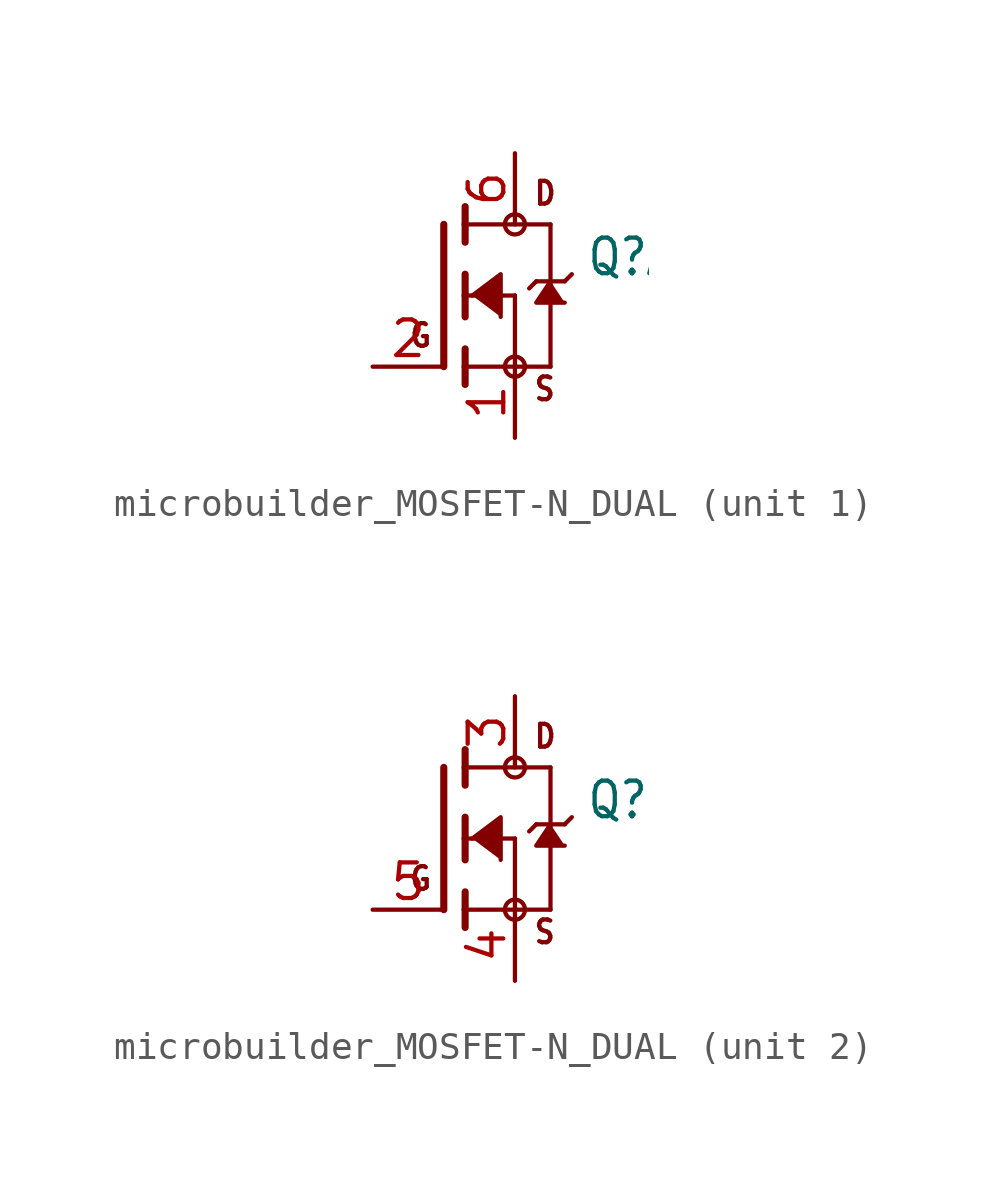
<source format=kicad_sym>
(kicad_symbol_lib
  (version 20231120)
  (generator "kicad_symbol_editor")
  (generator_version "8.0")
  (symbol "microbuilder_MOSFET-N_DUAL"
    (property "Reference" "Q"
      (at 5.08 0.635 0)
      (effects (font (size 1.27 1.079)) (justify left bottom)))
    (property "Value" ""
      (at 5.08 -1.27 0)
      (effects (font (size 1.27 1.079)) (justify left bottom)))
    (property "ki_locked" ""
      (at 0 0 0)
      (effects (font (size 1.27 1.27))))
    (symbol "microbuilder_MOSFET-N_DUAL_1_0"
      (polyline (pts (xy 0 2.54) (xy 0 -2.54)) (stroke (width 0.254) (type solid)) (fill (type none)))
      (polyline (pts (xy 0.762 -2.54) (xy 0.762 -3.175)) (stroke (width 0.254) (type solid)) (fill (type none)))
      (polyline (pts (xy 0.762 -1.905) (xy 0.762 -2.54)) (stroke (width 0.254) (type solid)) (fill (type none)))
      (polyline (pts (xy 0.762 0) (xy 0.762 -0.762)) (stroke (width 0.254) (type solid)) (fill (type none)))
      (polyline (pts (xy 0.762 0) (xy 2.54 0)) (stroke (width 0.152) (type solid)) (fill (type none)))
      (polyline (pts (xy 0.762 0.762) (xy 0.762 0)) (stroke (width 0.254) (type solid)) (fill (type none)))
      (polyline (pts (xy 0.762 2.54) (xy 0.762 1.905)) (stroke (width 0.254) (type solid)) (fill (type none)))
      (polyline (pts (xy 0.762 2.54) (xy 3.81 2.54)) (stroke (width 0.152) (type solid)) (fill (type none)))
      (polyline (pts (xy 0.762 3.175) (xy 0.762 2.54)) (stroke (width 0.254) (type solid)) (fill (type none)))
      (polyline (pts (xy 2.54 -2.54) (xy 0.762 -2.54)) (stroke (width 0.152) (type solid)) (fill (type none)))
      (polyline (pts (xy 2.54 -2.54) (xy 3.81 -2.54)) (stroke (width 0.152) (type solid)) (fill (type none)))
      (polyline (pts (xy 2.54 0) (xy 2.54 -2.54)) (stroke (width 0.152) (type solid)) (fill (type none)))
      (polyline (pts (xy 3.302 0.508) (xy 3.048 0.254)) (stroke (width 0.152) (type solid)) (fill (type none)))
      (polyline (pts (xy 3.81 0.508) (xy 3.302 0.508)) (stroke (width 0.152) (type solid)) (fill (type none)))
      (polyline (pts (xy 3.81 0.508) (xy 3.81 -2.54)) (stroke (width 0.152) (type solid)) (fill (type none)))
      (polyline (pts (xy 3.81 2.54) (xy 3.81 0.508)) (stroke (width 0.152) (type solid)) (fill (type none)))
      (polyline (pts (xy 4.318 0.508) (xy 3.81 0.508)) (stroke (width 0.152) (type solid)) (fill (type none)))
      (polyline (pts (xy 4.572 0.762) (xy 4.318 0.508)) (stroke (width 0.152) (type solid)) (fill (type none)))
      (polyline (pts (xy 1.016 0) (xy 2.032 0.762) (xy 2.032 -0.762)) (stroke (width 0.152) (type solid)) (fill (type outline)))
      (polyline (pts (xy 3.81 0.508) (xy 3.302 -0.254) (xy 4.318 -0.254)) (stroke (width 0.152) (type solid)) (fill (type outline)))
      (circle (center 2.54 -2.54) (radius 0.359) (stroke (width 0) (type solid)) (fill (type none)))
      (circle (center 2.54 2.54) (radius 0.359) (stroke (width 0) (type solid)) (fill (type none)))
      (text "D" (at 3.175 3.175 0) (effects (font (size 0.813 0.691)) (justify left bottom)))
      (text "G" (at -1.27 -1.905 0) (effects (font (size 0.813 0.691)) (justify left bottom)))
      (text "S" (at 3.175 -3.81 0) (effects (font (size 0.813 0.691)) (justify left bottom)))
      (pin bidirectional line (at 2.54 -5.08 90) (length 2.54) (name "S" (effects (font (size 0 0)))) (number "1" (effects (font (size 1.27 1.27)))))
      (pin bidirectional line (at -2.54 -2.54 0) (length 2.54) (name "G" (effects (font (size 0 0)))) (number "2" (effects (font (size 1.27 1.27)))))
      (pin bidirectional line (at 2.54 5.08 270) (length 2.54) (name "D" (effects (font (size 0 0)))) (number "6" (effects (font (size 1.27 1.27))))))
    (symbol "microbuilder_MOSFET-N_DUAL_2_0"
      (polyline (pts (xy 0 2.54) (xy 0 -2.54)) (stroke (width 0.254) (type solid)) (fill (type none)))
      (polyline (pts (xy 0.762 -2.54) (xy 0.762 -3.175)) (stroke (width 0.254) (type solid)) (fill (type none)))
      (polyline (pts (xy 0.762 -1.905) (xy 0.762 -2.54)) (stroke (width 0.254) (type solid)) (fill (type none)))
      (polyline (pts (xy 0.762 0) (xy 0.762 -0.762)) (stroke (width 0.254) (type solid)) (fill (type none)))
      (polyline (pts (xy 0.762 0) (xy 2.54 0)) (stroke (width 0.152) (type solid)) (fill (type none)))
      (polyline (pts (xy 0.762 0.762) (xy 0.762 0)) (stroke (width 0.254) (type solid)) (fill (type none)))
      (polyline (pts (xy 0.762 2.54) (xy 0.762 1.905)) (stroke (width 0.254) (type solid)) (fill (type none)))
      (polyline (pts (xy 0.762 2.54) (xy 3.81 2.54)) (stroke (width 0.152) (type solid)) (fill (type none)))
      (polyline (pts (xy 0.762 3.175) (xy 0.762 2.54)) (stroke (width 0.254) (type solid)) (fill (type none)))
      (polyline (pts (xy 2.54 -2.54) (xy 0.762 -2.54)) (stroke (width 0.152) (type solid)) (fill (type none)))
      (polyline (pts (xy 2.54 -2.54) (xy 3.81 -2.54)) (stroke (width 0.152) (type solid)) (fill (type none)))
      (polyline (pts (xy 2.54 0) (xy 2.54 -2.54)) (stroke (width 0.152) (type solid)) (fill (type none)))
      (polyline (pts (xy 3.302 0.508) (xy 3.048 0.254)) (stroke (width 0.152) (type solid)) (fill (type none)))
      (polyline (pts (xy 3.81 0.508) (xy 3.302 0.508)) (stroke (width 0.152) (type solid)) (fill (type none)))
      (polyline (pts (xy 3.81 0.508) (xy 3.81 -2.54)) (stroke (width 0.152) (type solid)) (fill (type none)))
      (polyline (pts (xy 3.81 2.54) (xy 3.81 0.508)) (stroke (width 0.152) (type solid)) (fill (type none)))
      (polyline (pts (xy 4.318 0.508) (xy 3.81 0.508)) (stroke (width 0.152) (type solid)) (fill (type none)))
      (polyline (pts (xy 4.572 0.762) (xy 4.318 0.508)) (stroke (width 0.152) (type solid)) (fill (type none)))
      (polyline (pts (xy 1.016 0) (xy 2.032 0.762) (xy 2.032 -0.762)) (stroke (width 0.152) (type solid)) (fill (type outline)))
      (polyline (pts (xy 3.81 0.508) (xy 3.302 -0.254) (xy 4.318 -0.254)) (stroke (width 0.152) (type solid)) (fill (type outline)))
      (circle (center 2.54 -2.54) (radius 0.359) (stroke (width 0) (type solid)) (fill (type none)))
      (circle (center 2.54 2.54) (radius 0.359) (stroke (width 0) (type solid)) (fill (type none)))
      (text "D" (at 3.175 3.175 0) (effects (font (size 0.813 0.691)) (justify left bottom)))
      (text "G" (at -1.27 -1.905 0) (effects (font (size 0.813 0.691)) (justify left bottom)))
      (text "S" (at 3.175 -3.81 0) (effects (font (size 0.813 0.691)) (justify left bottom)))
      (pin bidirectional line (at 2.54 5.08 270) (length 2.54) (name "D" (effects (font (size 0 0)))) (number "3" (effects (font (size 1.27 1.27)))))
      (pin bidirectional line (at 2.54 -5.08 90) (length 2.54) (name "S" (effects (font (size 0 0)))) (number "4" (effects (font (size 1.27 1.27)))))
      (pin bidirectional line (at -2.54 -2.54 0) (length 2.54) (name "G" (effects (font (size 0 0)))) (number "5" (effects (font (size 1.27 1.27))))))))
</source>
